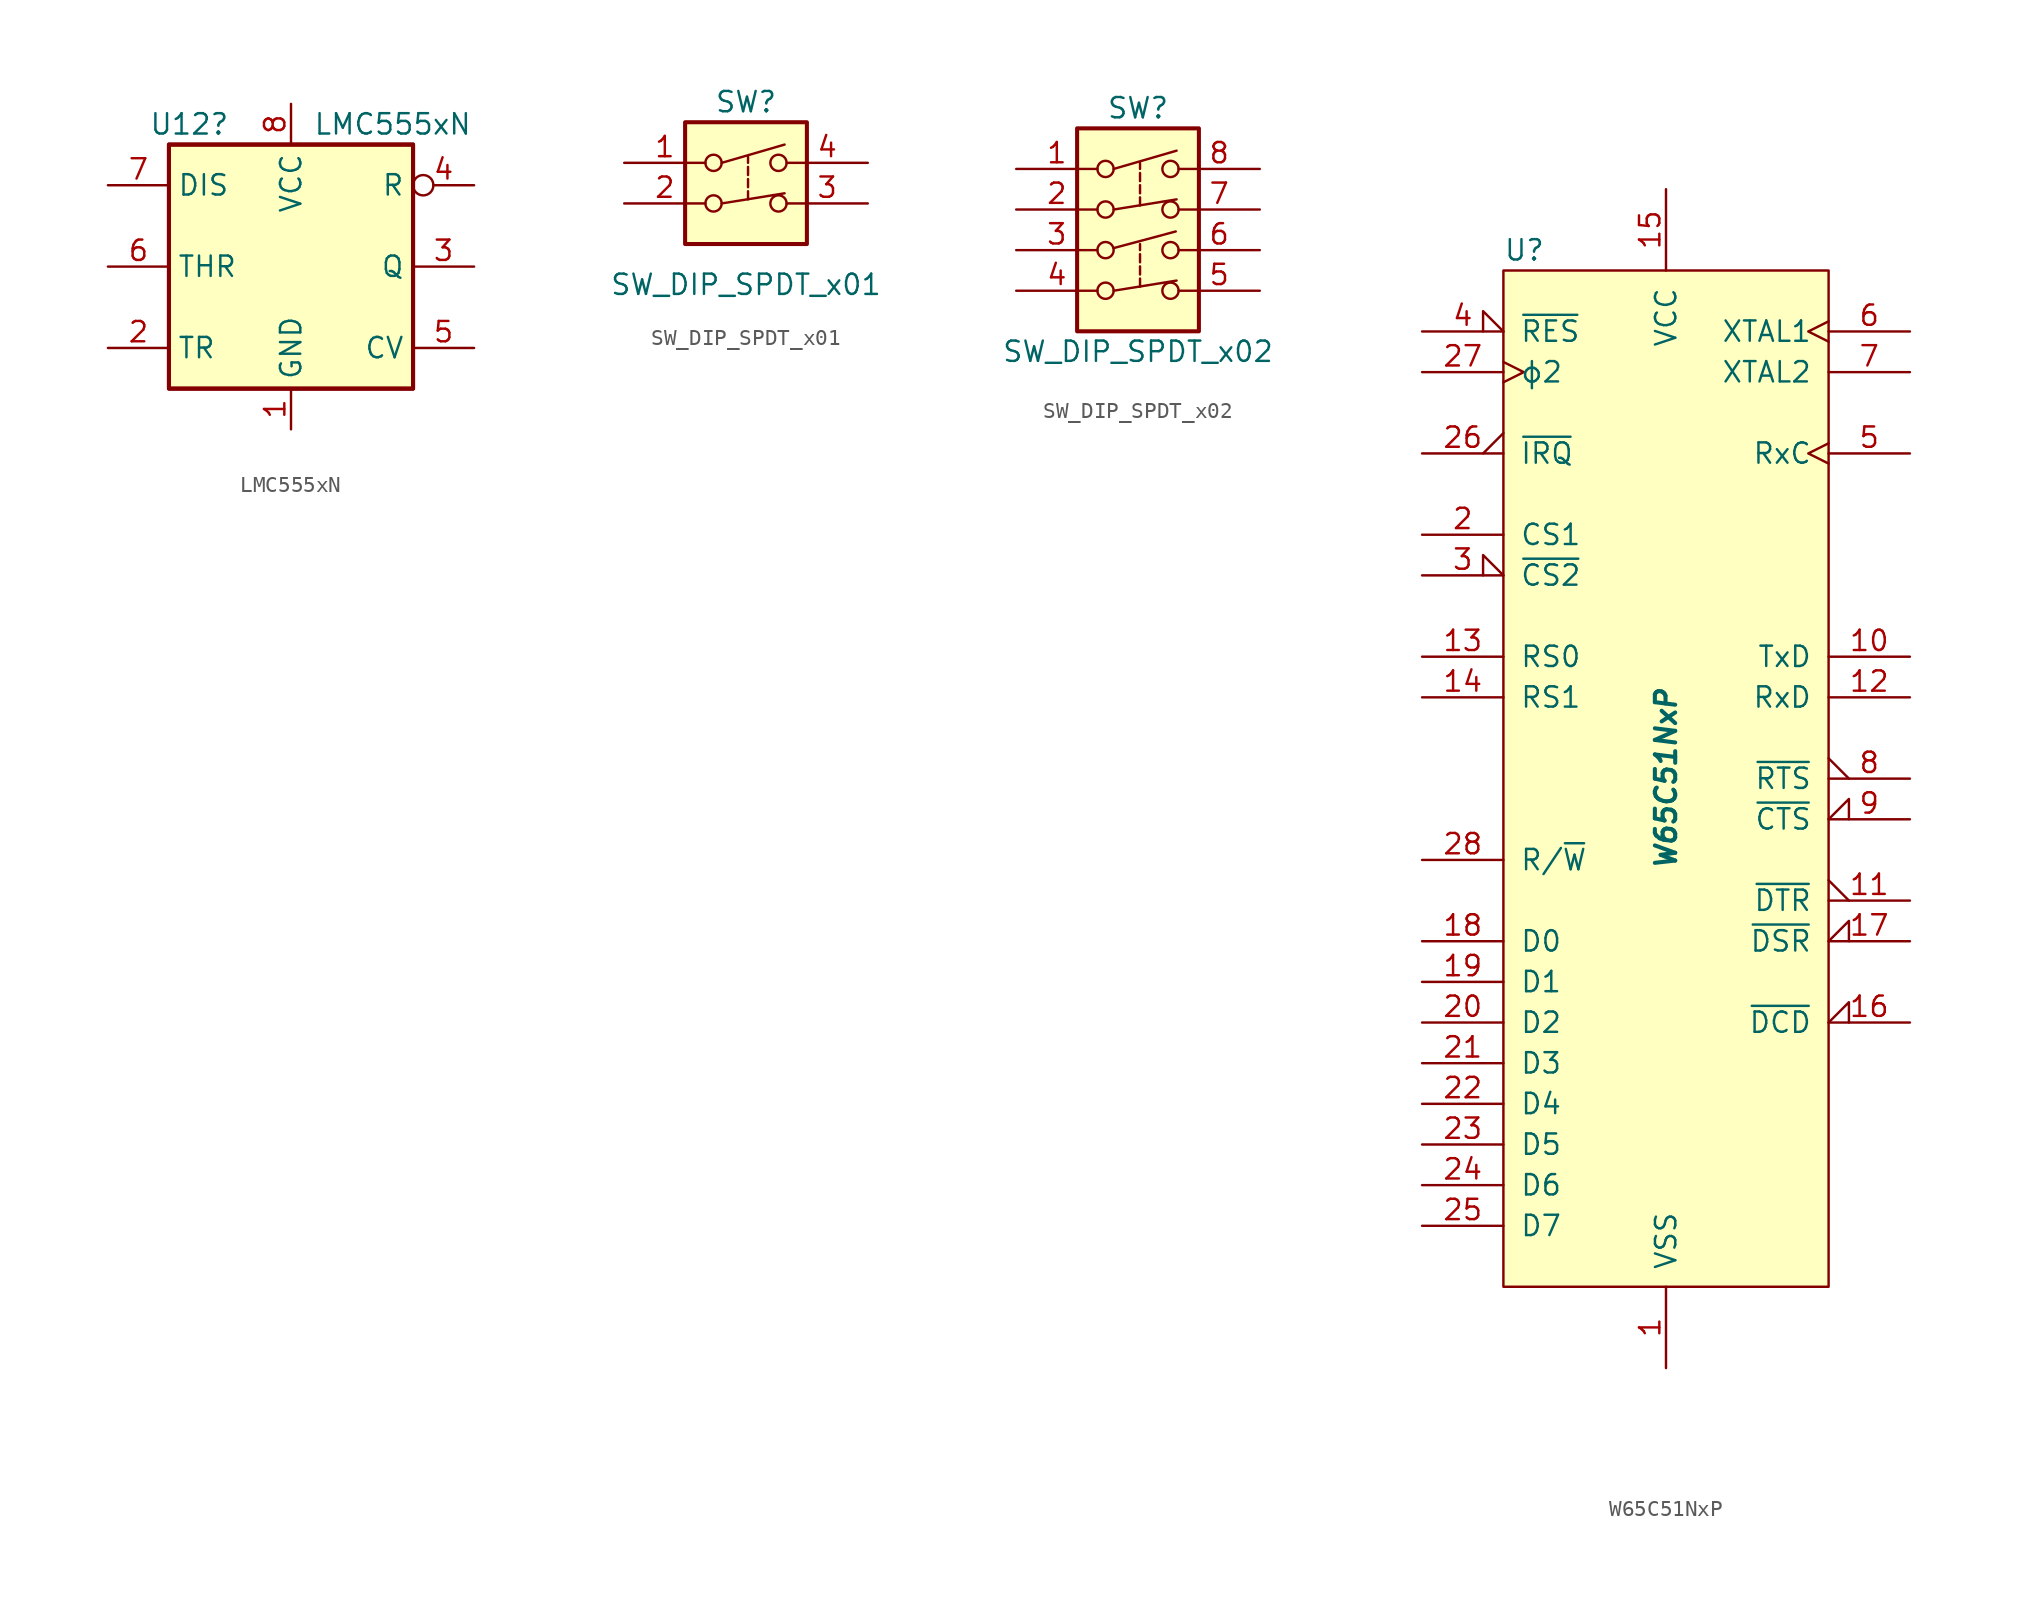
<source format=kicad_sym>
(kicad_symbol_lib
  (version 20211014)
  (generator kicad_symbol_editor)
  (symbol "LMC555xN"
    (property "Reference" "U12"
      (at -6.35 8.89 0)
      (effects (font (size 1.27 1.27))))
    (property "Value" "LMC555xN"
      (at 6.35 8.89 0)
      (effects (font (size 1.27 1.27))))
    (symbol "LMC555xN_0_0"
      (pin power_in line (at 0 -10.16 90) (length 2.54) (name "GND" (effects (font (size 1.27 1.27)))) (number "1" (effects (font (size 1.27 1.27)))))
      (pin power_in line (at 0 10.16 270) (length 2.54) (name "VCC" (effects (font (size 1.27 1.27)))) (number "8" (effects (font (size 1.27 1.27))))))
    (symbol "LMC555xN_0_1"
      (rectangle (start -7.62 -7.62) (end 7.62 7.62) (stroke (width 0.254) (type default) (color 0 0 0 0)) (fill (type background)))
      (rectangle (start -7.62 -7.62) (end 7.62 7.62) (stroke (width 0.254) (type default) (color 0 0 0 0)) (fill (type background))))
    (symbol "LMC555xN_1_1"
      (pin input line (at -11.43 -5.08 0) (length 3.81) (name "TR" (effects (font (size 1.27 1.27)))) (number "2" (effects (font (size 1.27 1.27)))))
      (pin output line (at 11.43 0 180) (length 3.81) (name "Q" (effects (font (size 1.27 1.27)))) (number "3" (effects (font (size 1.27 1.27)))))
      (pin input inverted (at 11.43 5.08 180) (length 3.81) (name "R" (effects (font (size 1.27 1.27)))) (number "4" (effects (font (size 1.27 1.27)))))
      (pin input line (at 11.43 -5.08 180) (length 3.81) (name "CV" (effects (font (size 1.27 1.27)))) (number "5" (effects (font (size 1.27 1.27)))))
      (pin input line (at -11.43 0 0) (length 3.81) (name "THR" (effects (font (size 1.27 1.27)))) (number "6" (effects (font (size 1.27 1.27)))))
      (pin input line (at -11.43 5.08 0) (length 3.81) (name "DIS" (effects (font (size 1.27 1.27)))) (number "7" (effects (font (size 1.27 1.27)))))))
  (symbol "SW_DIP_SPDT_x01"
    (pin_names
      (offset 0) hide)
    (property "Reference" "SW"
      (at 0 8.89 0)
      (effects (font (size 1.27 1.27))))
    (property "Value" "SW_DIP_SPDT_x01"
      (at 0 -2.54 0)
      (effects (font (size 1.27 1.27))))
    (symbol "SW_DIP_SPDT_x01_0_0"
      (circle (center -2.032 2.54) (radius 0.508) (stroke (width 0) (type default) (color 0 0 0 0)) (fill (type none)))
      (circle (center -2.032 5.08) (radius 0.508) (stroke (width 0) (type default) (color 0 0 0 0)) (fill (type none)))
      (polyline (pts (xy -1.524 5.08) (xy 2.413 6.223)) (stroke (width 0) (type default) (color 0 0 0 0)) (fill (type none)))
      (circle (center 2.032 2.54) (radius 0.508) (stroke (width 0) (type default) (color 0 0 0 0)) (fill (type none)))
      (circle (center 2.032 5.08) (radius 0.508) (stroke (width 0) (type default) (color 0 0 0 0)) (fill (type none))))
    (symbol "SW_DIP_SPDT_x01_0_1"
      (rectangle (start -3.81 7.62) (end 3.81 0) (stroke (width 0.254) (type default) (color 0 0 0 0)) (fill (type background)))
      (polyline (pts (xy -1.524 2.54) (xy 2.413 3.175)) (stroke (width 0) (type default) (color 0 0 0 0)) (fill (type none)))
      (polyline (pts (xy 0.127 2.794) (xy 0.127 3.302)) (stroke (width 0) (type default) (color 0 0 0 0)) (fill (type none)))
      (polyline (pts (xy 0.127 3.556) (xy 0.127 4.064)) (stroke (width 0) (type default) (color 0 0 0 0)) (fill (type none)))
      (polyline (pts (xy 0.127 4.318) (xy 0.127 4.826)) (stroke (width 0) (type default) (color 0 0 0 0)) (fill (type none)))
      (polyline (pts (xy 0.127 5.08) (xy 0.127 5.461)) (stroke (width 0) (type default) (color 0 0 0 0)) (fill (type none))))
    (symbol "SW_DIP_SPDT_x01_1_1"
      (pin passive line (at -7.62 5.08 0) (length 5.08) (name "~" (effects (font (size 1.27 1.27)))) (number "1" (effects (font (size 1.27 1.27)))))
      (pin passive line (at -7.62 2.54 0) (length 5.08) (name "~" (effects (font (size 1.27 1.27)))) (number "2" (effects (font (size 1.27 1.27)))))
      (pin passive line (at 7.62 2.54 180) (length 5.08) (name "~" (effects (font (size 1.27 1.27)))) (number "3" (effects (font (size 1.27 1.27)))))
      (pin passive line (at 7.62 5.08 180) (length 5.08) (name "~" (effects (font (size 1.27 1.27)))) (number "4" (effects (font (size 1.27 1.27)))))))
  (symbol "SW_DIP_SPDT_x02"
    (pin_names
      (offset 0) hide)
    (property "Reference" "SW"
      (at 0 8.89 0)
      (effects (font (size 1.27 1.27))))
    (property "Value" "SW_DIP_SPDT_x02"
      (at 0 -6.35 0)
      (effects (font (size 1.27 1.27))))
    (symbol "SW_DIP_SPDT_x02_0_0"
      (circle (center -2.032 -2.54) (radius 0.508) (stroke (width 0) (type default) (color 0 0 0 0)) (fill (type none)))
      (circle (center -2.032 0) (radius 0.508) (stroke (width 0) (type default) (color 0 0 0 0)) (fill (type none)))
      (circle (center -2.032 2.54) (radius 0.508) (stroke (width 0) (type default) (color 0 0 0 0)) (fill (type none)))
      (circle (center -2.032 5.08) (radius 0.508) (stroke (width 0) (type default) (color 0 0 0 0)) (fill (type none)))
      (polyline (pts (xy -1.524 0.127) (xy 2.362 1.168)) (stroke (width 0) (type default) (color 0 0 0 0)) (fill (type none)))
      (polyline (pts (xy -1.524 5.08) (xy 2.413 6.223)) (stroke (width 0) (type default) (color 0 0 0 0)) (fill (type none)))
      (circle (center 2.032 -2.54) (radius 0.508) (stroke (width 0) (type default) (color 0 0 0 0)) (fill (type none)))
      (circle (center 2.032 0) (radius 0.508) (stroke (width 0) (type default) (color 0 0 0 0)) (fill (type none)))
      (circle (center 2.032 2.54) (radius 0.508) (stroke (width 0) (type default) (color 0 0 0 0)) (fill (type none)))
      (circle (center 2.032 5.08) (radius 0.508) (stroke (width 0) (type default) (color 0 0 0 0)) (fill (type none))))
    (symbol "SW_DIP_SPDT_x02_0_1"
      (rectangle (start -3.81 7.62) (end 3.81 -5.08) (stroke (width 0.254) (type default) (color 0 0 0 0)) (fill (type background)))
      (polyline (pts (xy -1.524 -2.54) (xy 2.413 -1.905)) (stroke (width 0) (type default) (color 0 0 0 0)) (fill (type none)))
      (polyline (pts (xy -1.524 2.54) (xy 2.413 3.175)) (stroke (width 0) (type default) (color 0 0 0 0)) (fill (type none)))
      (polyline (pts (xy 0.127 -2.286) (xy 0.127 -1.778)) (stroke (width 0) (type default) (color 0 0 0 0)) (fill (type none)))
      (polyline (pts (xy 0.127 -1.524) (xy 0.127 -1.016)) (stroke (width 0) (type default) (color 0 0 0 0)) (fill (type none)))
      (polyline (pts (xy 0.127 -0.762) (xy 0.127 -0.254)) (stroke (width 0) (type default) (color 0 0 0 0)) (fill (type none)))
      (polyline (pts (xy 0.127 0) (xy 0.127 0.381)) (stroke (width 0) (type default) (color 0 0 0 0)) (fill (type none)))
      (polyline (pts (xy 0.127 2.794) (xy 0.127 3.302)) (stroke (width 0) (type default) (color 0 0 0 0)) (fill (type none)))
      (polyline (pts (xy 0.127 3.556) (xy 0.127 4.064)) (stroke (width 0) (type default) (color 0 0 0 0)) (fill (type none)))
      (polyline (pts (xy 0.127 4.318) (xy 0.127 4.826)) (stroke (width 0) (type default) (color 0 0 0 0)) (fill (type none)))
      (polyline (pts (xy 0.127 5.08) (xy 0.127 5.461)) (stroke (width 0) (type default) (color 0 0 0 0)) (fill (type none))))
    (symbol "SW_DIP_SPDT_x02_1_1"
      (pin passive line (at -7.62 5.08 0) (length 5.08) (name "~" (effects (font (size 1.27 1.27)))) (number "1" (effects (font (size 1.27 1.27)))))
      (pin passive line (at -7.62 2.54 0) (length 5.08) (name "~" (effects (font (size 1.27 1.27)))) (number "2" (effects (font (size 1.27 1.27)))))
      (pin passive line (at -7.62 0 0) (length 5.08) (name "~" (effects (font (size 1.27 1.27)))) (number "3" (effects (font (size 1.27 1.27)))))
      (pin passive line (at -7.62 -2.54 0) (length 5.08) (name "~" (effects (font (size 1.27 1.27)))) (number "4" (effects (font (size 1.27 1.27)))))
      (pin passive line (at 7.62 -2.54 180) (length 5.08) (name "~" (effects (font (size 1.27 1.27)))) (number "5" (effects (font (size 1.27 1.27)))))
      (pin passive line (at 7.62 0 180) (length 5.08) (name "~" (effects (font (size 1.27 1.27)))) (number "6" (effects (font (size 1.27 1.27)))))
      (pin passive line (at 7.62 2.54 180) (length 5.08) (name "~" (effects (font (size 1.27 1.27)))) (number "7" (effects (font (size 1.27 1.27)))))
      (pin passive line (at 7.62 5.08 180) (length 5.08) (name "~" (effects (font (size 1.27 1.27)))) (number "8" (effects (font (size 1.27 1.27)))))))
  (symbol "W65C51NxP"
    (pin_names
      (offset 1.016))
    (property "Reference" "U"
      (at -10.16 33.02 0)
      (effects (font (size 1.27 1.27)) (justify left)))
    (property "Value" "W65C51NxP"
      (at 0 0 90)
      (effects (font (size 1.27 1.27) bold italic)))
    (symbol "W65C51NxP_0_1"
      (rectangle (start -10.16 31.75) (end 10.16 -31.75) (stroke (width 0) (type default) (color 0 0 0 0)) (fill (type background))))
    (symbol "W65C51NxP_1_1"
      (pin power_in line (at 0 -36.83 90) (length 5.08) (name "VSS" (effects (font (size 1.27 1.27)))) (number "1" (effects (font (size 1.27 1.27)))))
      (pin output line (at 15.24 7.62 180) (length 5.08) (name "TxD" (effects (font (size 1.27 1.27)))) (number "10" (effects (font (size 1.27 1.27)))))
      (pin output output_low (at 15.24 -7.62 180) (length 5.08) (name "~{DTR}" (effects (font (size 1.27 1.27)))) (number "11" (effects (font (size 1.27 1.27)))))
      (pin input line (at 15.24 5.08 180) (length 5.08) (name "RxD" (effects (font (size 1.27 1.27)))) (number "12" (effects (font (size 1.27 1.27)))))
      (pin input line (at -15.24 7.62 0) (length 5.08) (name "RS0" (effects (font (size 1.27 1.27)))) (number "13" (effects (font (size 1.27 1.27)))))
      (pin input line (at -15.24 5.08 0) (length 5.08) (name "RS1" (effects (font (size 1.27 1.27)))) (number "14" (effects (font (size 1.27 1.27)))))
      (pin power_in line (at 0 36.83 270) (length 5.08) (name "VCC" (effects (font (size 1.27 1.27)))) (number "15" (effects (font (size 1.27 1.27)))))
      (pin input input_low (at 15.24 -15.24 180) (length 5.08) (name "~{DCD}" (effects (font (size 1.27 1.27)))) (number "16" (effects (font (size 1.27 1.27)))))
      (pin input input_low (at 15.24 -10.16 180) (length 5.08) (name "~{DSR}" (effects (font (size 1.27 1.27)))) (number "17" (effects (font (size 1.27 1.27)))))
      (pin bidirectional line (at -15.24 -10.16 0) (length 5.08) (name "D0" (effects (font (size 1.27 1.27)))) (number "18" (effects (font (size 1.27 1.27)))))
      (pin bidirectional line (at -15.24 -12.7 0) (length 5.08) (name "D1" (effects (font (size 1.27 1.27)))) (number "19" (effects (font (size 1.27 1.27)))))
      (pin input line (at -15.24 15.24 0) (length 5.08) (name "CS1" (effects (font (size 1.27 1.27)))) (number "2" (effects (font (size 1.27 1.27)))))
      (pin bidirectional line (at -15.24 -15.24 0) (length 5.08) (name "D2" (effects (font (size 1.27 1.27)))) (number "20" (effects (font (size 1.27 1.27)))))
      (pin bidirectional line (at -15.24 -17.78 0) (length 5.08) (name "D3" (effects (font (size 1.27 1.27)))) (number "21" (effects (font (size 1.27 1.27)))))
      (pin bidirectional line (at -15.24 -20.32 0) (length 5.08) (name "D4" (effects (font (size 1.27 1.27)))) (number "22" (effects (font (size 1.27 1.27)))))
      (pin bidirectional line (at -15.24 -22.86 0) (length 5.08) (name "D5" (effects (font (size 1.27 1.27)))) (number "23" (effects (font (size 1.27 1.27)))))
      (pin bidirectional line (at -15.24 -25.4 0) (length 5.08) (name "D6" (effects (font (size 1.27 1.27)))) (number "24" (effects (font (size 1.27 1.27)))))
      (pin bidirectional line (at -15.24 -27.94 0) (length 5.08) (name "D7" (effects (font (size 1.27 1.27)))) (number "25" (effects (font (size 1.27 1.27)))))
      (pin open_collector output_low (at -15.24 20.32 0) (length 5.08) (name "~{IRQ}" (effects (font (size 1.27 1.27)))) (number "26" (effects (font (size 1.27 1.27)))))
      (pin input clock (at -15.24 25.4 0) (length 5.08) (name "ϕ2" (effects (font (size 1.27 1.27)))) (number "27" (effects (font (size 1.27 1.27)))))
      (pin input line (at -15.24 -5.08 0) (length 5.08) (name "R/~{W}" (effects (font (size 1.27 1.27)))) (number "28" (effects (font (size 1.27 1.27)))))
      (pin input input_low (at -15.24 12.7 0) (length 5.08) (name "~{CS2}" (effects (font (size 1.27 1.27)))) (number "3" (effects (font (size 1.27 1.27)))))
      (pin input input_low (at -15.24 27.94 0) (length 5.08) (name "~{RES}" (effects (font (size 1.27 1.27)))) (number "4" (effects (font (size 1.27 1.27)))))
      (pin bidirectional clock (at 15.24 20.32 180) (length 5.08) (name "RxC" (effects (font (size 1.27 1.27)))) (number "5" (effects (font (size 1.27 1.27)))))
      (pin input clock (at 15.24 27.94 180) (length 5.08) (name "XTAL1" (effects (font (size 1.27 1.27)))) (number "6" (effects (font (size 1.27 1.27)))))
      (pin output line (at 15.24 25.4 180) (length 5.08) (name "XTAL2" (effects (font (size 1.27 1.27)))) (number "7" (effects (font (size 1.27 1.27)))))
      (pin output output_low (at 15.24 0 180) (length 5.08) (name "~{RTS}" (effects (font (size 1.27 1.27)))) (number "8" (effects (font (size 1.27 1.27)))))
      (pin input input_low (at 15.24 -2.54 180) (length 5.08) (name "~{CTS}" (effects (font (size 1.27 1.27)))) (number "9" (effects (font (size 1.27 1.27))))))))
</source>
